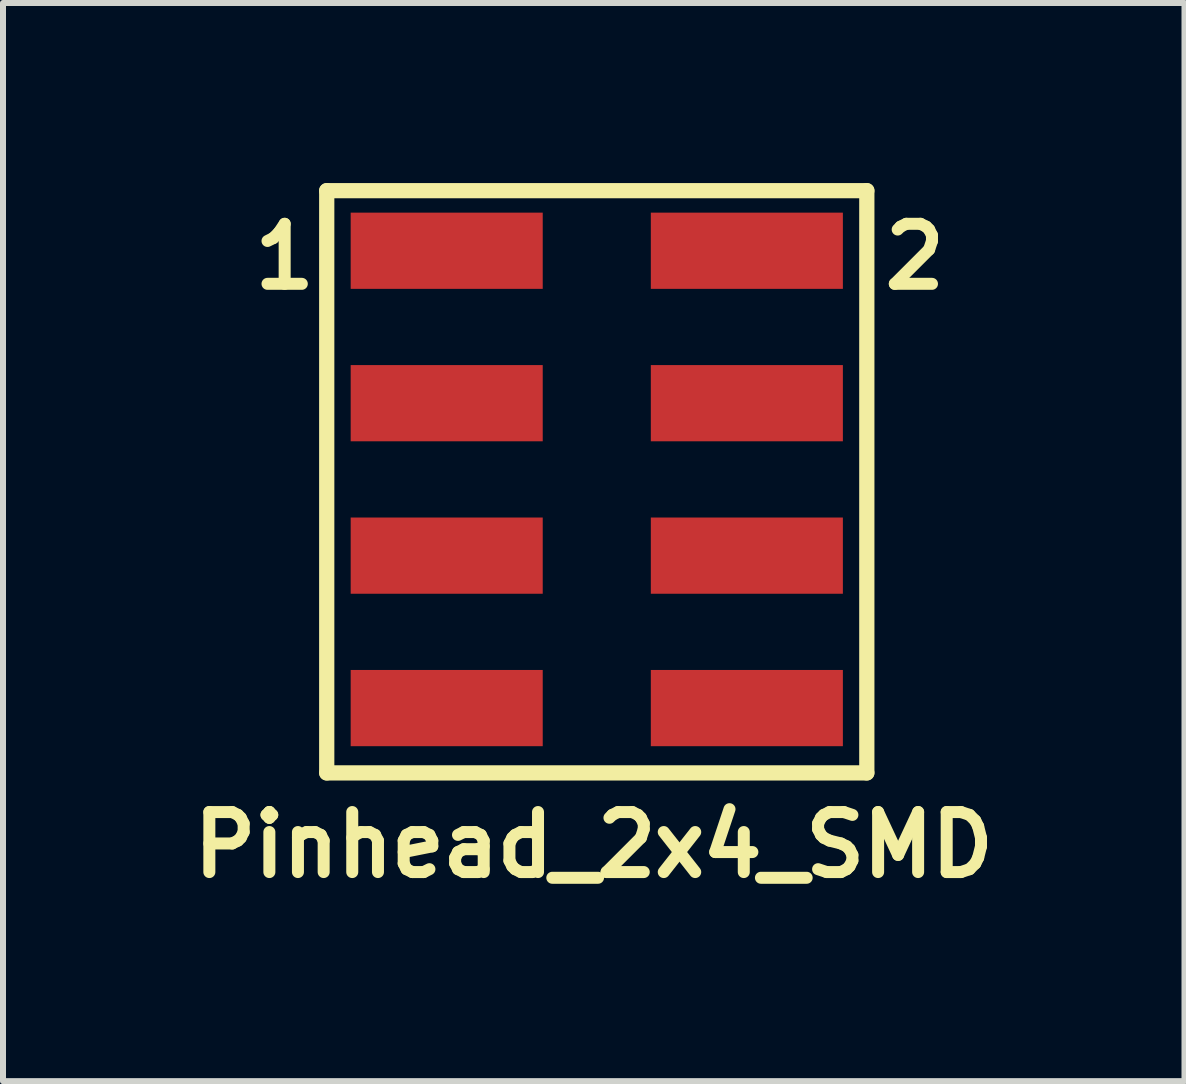
<source format=kicad_pcb>
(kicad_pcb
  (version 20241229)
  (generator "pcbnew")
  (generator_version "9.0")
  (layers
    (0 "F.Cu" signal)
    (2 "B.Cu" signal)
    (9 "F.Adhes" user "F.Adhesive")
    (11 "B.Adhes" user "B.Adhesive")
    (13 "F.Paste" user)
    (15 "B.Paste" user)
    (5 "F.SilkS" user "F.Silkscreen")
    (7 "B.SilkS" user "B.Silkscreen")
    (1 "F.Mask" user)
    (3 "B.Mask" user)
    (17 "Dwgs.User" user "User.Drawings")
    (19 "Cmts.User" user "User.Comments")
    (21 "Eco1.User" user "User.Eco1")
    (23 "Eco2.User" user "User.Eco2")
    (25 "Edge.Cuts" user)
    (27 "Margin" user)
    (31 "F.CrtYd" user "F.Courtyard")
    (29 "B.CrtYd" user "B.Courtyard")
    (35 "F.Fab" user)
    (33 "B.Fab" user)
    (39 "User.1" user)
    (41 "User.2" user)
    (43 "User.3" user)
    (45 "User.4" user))
  (footprint "Pinhead_2x4_SMD"
    (layer "F.Cu")
    (at 4.393 1.128)
    (property "Reference" "Pinhead_2x4_SMD" (at 2.45 9.9 0) (layer "F.SilkS") (effects (font (size 1 1) (thickness 0.2))))
    (attr smd)
    (fp_line (start -1.999 -1.001) (end 7 -1.001) (stroke (width 0.254) (type solid)) (layer "F.SilkS"))
    (fp_line (start -1.999 8.7) (end -1.999 -1.001) (stroke (width 0.254) (type solid)) (layer "F.SilkS"))
    (fp_line (start 7 -1.001) (end 7 8.7) (stroke (width 0.254) (type solid)) (layer "F.SilkS"))
    (fp_line (start 7 8.7) (end -1.999 8.7) (stroke (width 0.254) (type solid)) (layer "F.SilkS"))
    (fp_text user "1" (at -2.7 0.099 0) (layer "F.SilkS") (effects (font (size 1 1) (thickness 0.2))))
    (fp_text user "2" (at 7.8 0.099 0) (layer "F.SilkS") (effects (font (size 1 1) (thickness 0.2))))
    (pad "1" smd rect (at 0 0) (size 3.2 1.27) (layers "F.Cu" "F.Mask" "F.Paste"))
    (pad "2" smd rect (at 5.001 0) (size 3.2 1.27) (layers "F.Cu" "F.Mask" "F.Paste"))
    (pad "3" smd rect (at 0 2.54) (size 3.2 1.27) (layers "F.Cu" "F.Mask" "F.Paste"))
    (pad "4" smd rect (at 5.001 2.54) (size 3.2 1.27) (layers "F.Cu" "F.Mask" "F.Paste"))
    (pad "5" smd rect (at 0 5.08) (size 3.2 1.27) (layers "F.Cu" "F.Mask" "F.Paste"))
    (pad "6" smd rect (at 5.001 5.08) (size 3.2 1.27) (layers "F.Cu" "F.Mask" "F.Paste"))
    (pad "7" smd rect (at 0 7.62) (size 3.2 1.27) (layers "F.Cu" "F.Mask" "F.Paste"))
    (pad "8" smd rect (at 5.001 7.62) (size 3.2 1.27) (layers "F.Cu" "F.Mask" "F.Paste")))
  (gr_rect
    (start -3 -3)
    (end 16.686 14.964)
    (stroke (width 0.1) (type default))
    (fill no)
    (layer "Edge.Cuts")))
</source>
